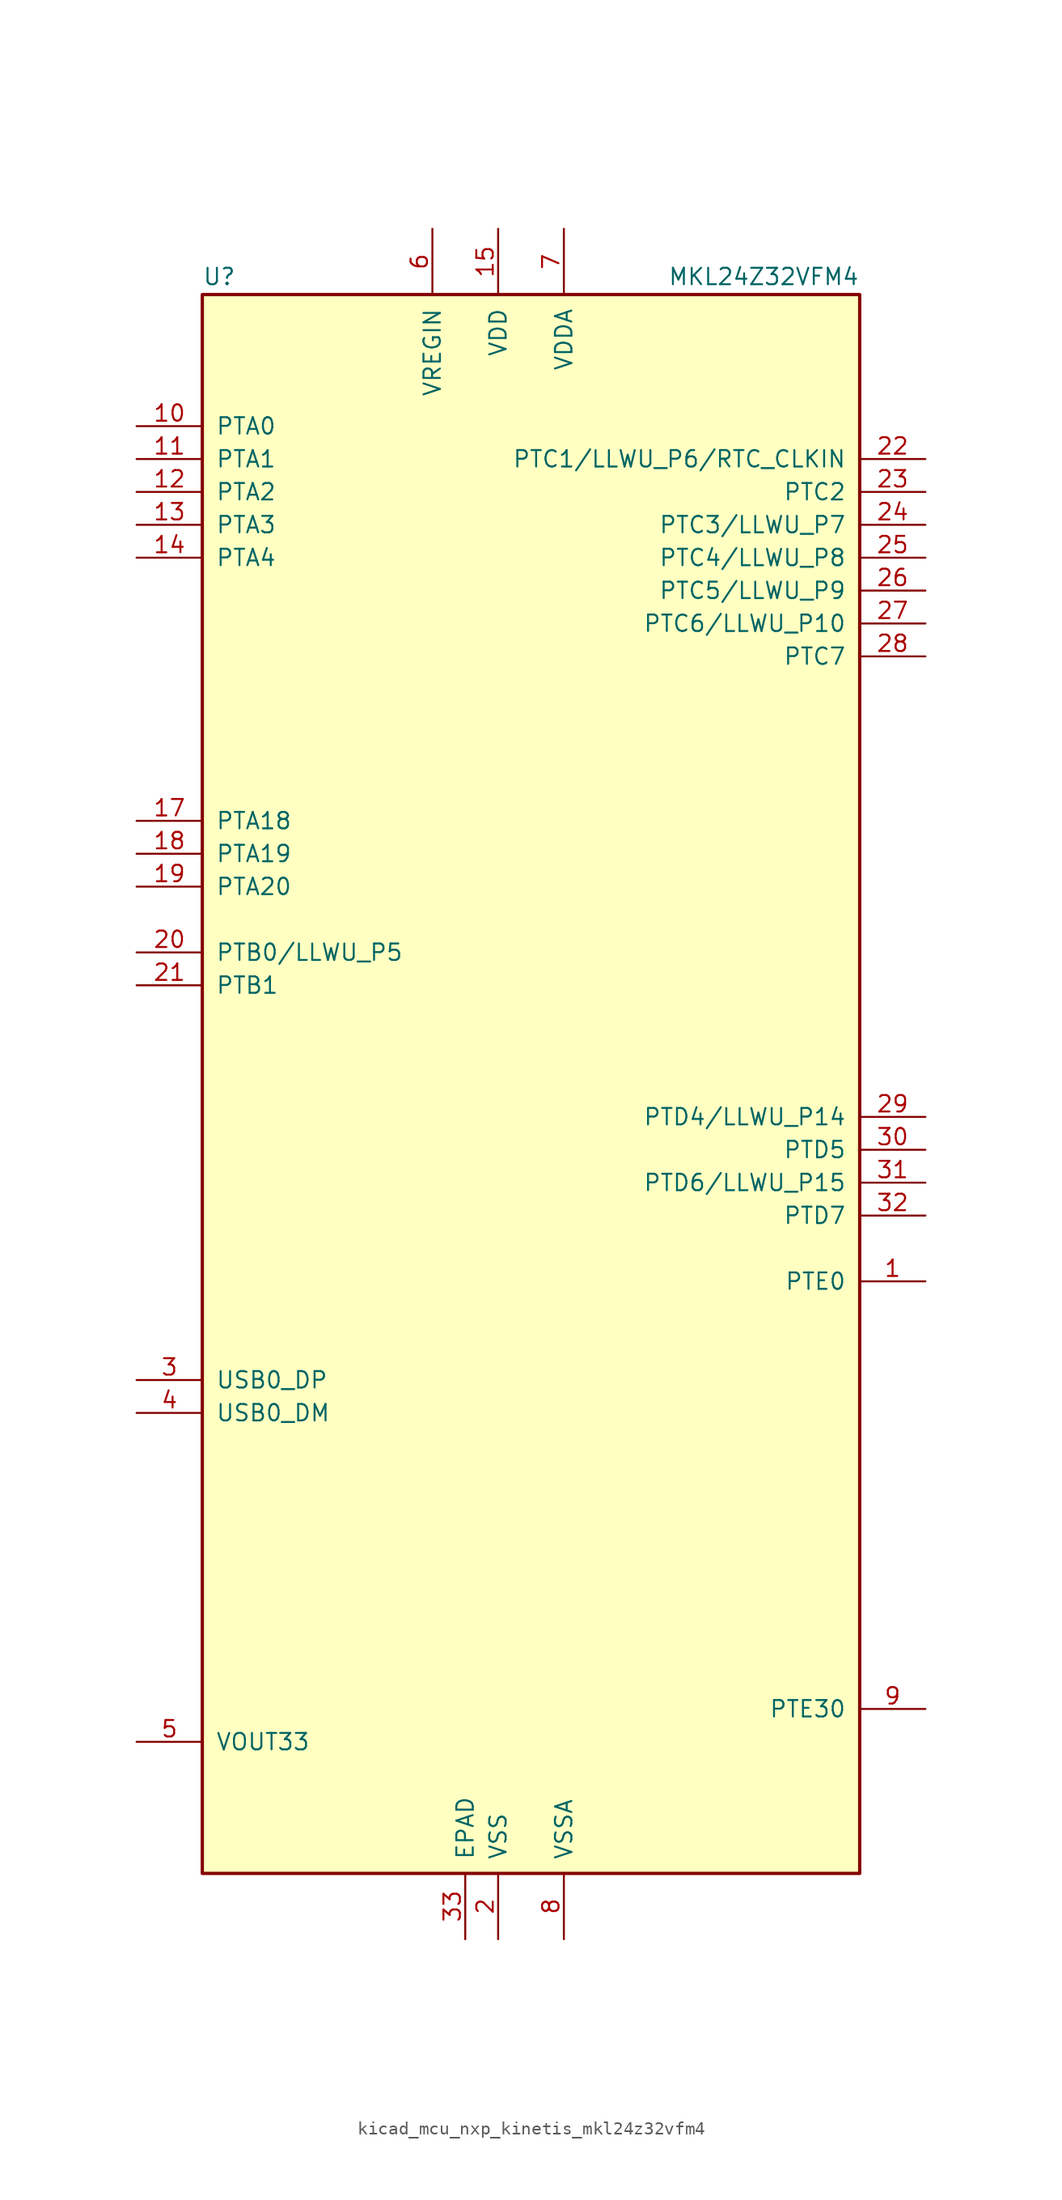
<source format=kicad_sym>
(kicad_symbol_lib
  (version 20220914)
  (generator kicad_symbol_editor)
  (symbol "kicad_mcu_nxp_kinetis_mkl24z32vfm4"
    (pin_names
      (offset 1.016))
    (property "Reference" "U"
      (at -25.4 61.595 0)
      (effects (font (size 1.27 1.27)) (justify left bottom)))
    (property "Value" "MKL24Z32VFM4"
      (at 25.4 61.595 0)
      (effects (font (size 1.27 1.27)) (justify right bottom)))
    (symbol "kicad_mcu_nxp_kinetis_mkl24z32vfm4_0_1"
      (rectangle (start -25.4 60.96) (end 25.4 -60.96) (stroke (width 0.254) (type default)) (fill (type background))))
    (symbol "kicad_mcu_nxp_kinetis_mkl24z32vfm4_1_1"
      (pin bidirectional line (at 30.48 -15.24 180) (length 5.08) (name "PTE0" (effects (font (size 1.27 1.27)))) (number "1" (effects (font (size 1.27 1.27)))))
      (pin bidirectional line (at -30.48 50.8 0) (length 5.08) (name "PTA0" (effects (font (size 1.27 1.27)))) (number "10" (effects (font (size 1.27 1.27)))))
      (pin bidirectional line (at -30.48 48.26 0) (length 5.08) (name "PTA1" (effects (font (size 1.27 1.27)))) (number "11" (effects (font (size 1.27 1.27)))))
      (pin bidirectional line (at -30.48 45.72 0) (length 5.08) (name "PTA2" (effects (font (size 1.27 1.27)))) (number "12" (effects (font (size 1.27 1.27)))))
      (pin bidirectional line (at -30.48 43.18 0) (length 5.08) (name "PTA3" (effects (font (size 1.27 1.27)))) (number "13" (effects (font (size 1.27 1.27)))))
      (pin bidirectional line (at -30.48 40.64 0) (length 5.08) (name "PTA4" (effects (font (size 1.27 1.27)))) (number "14" (effects (font (size 1.27 1.27)))))
      (pin power_in line (at -2.54 66.04 270) (length 5.08) (name "VDD" (effects (font (size 1.27 1.27)))) (number "15" (effects (font (size 1.27 1.27)))))
      (pin passive line (at -2.54 -66.04 90) (length 5.08) hide (name "VSS" (effects (font (size 1.27 1.27)))) (number "16" (effects (font (size 1.27 1.27)))))
      (pin bidirectional line (at -30.48 20.32 0) (length 5.08) (name "PTA18" (effects (font (size 1.27 1.27)))) (number "17" (effects (font (size 1.27 1.27)))))
      (pin bidirectional line (at -30.48 17.78 0) (length 5.08) (name "PTA19" (effects (font (size 1.27 1.27)))) (number "18" (effects (font (size 1.27 1.27)))))
      (pin bidirectional line (at -30.48 15.24 0) (length 5.08) (name "PTA20" (effects (font (size 1.27 1.27)))) (number "19" (effects (font (size 1.27 1.27)))))
      (pin power_in line (at -2.54 -66.04 90) (length 5.08) (name "VSS" (effects (font (size 1.27 1.27)))) (number "2" (effects (font (size 1.27 1.27)))))
      (pin bidirectional line (at -30.48 10.16 0) (length 5.08) (name "PTB0/LLWU_P5" (effects (font (size 1.27 1.27)))) (number "20" (effects (font (size 1.27 1.27)))))
      (pin bidirectional line (at -30.48 7.62 0) (length 5.08) (name "PTB1" (effects (font (size 1.27 1.27)))) (number "21" (effects (font (size 1.27 1.27)))))
      (pin bidirectional line (at 30.48 48.26 180) (length 5.08) (name "PTC1/LLWU_P6/RTC_CLKIN" (effects (font (size 1.27 1.27)))) (number "22" (effects (font (size 1.27 1.27)))))
      (pin bidirectional line (at 30.48 45.72 180) (length 5.08) (name "PTC2" (effects (font (size 1.27 1.27)))) (number "23" (effects (font (size 1.27 1.27)))))
      (pin bidirectional line (at 30.48 43.18 180) (length 5.08) (name "PTC3/LLWU_P7" (effects (font (size 1.27 1.27)))) (number "24" (effects (font (size 1.27 1.27)))))
      (pin bidirectional line (at 30.48 40.64 180) (length 5.08) (name "PTC4/LLWU_P8" (effects (font (size 1.27 1.27)))) (number "25" (effects (font (size 1.27 1.27)))))
      (pin bidirectional line (at 30.48 38.1 180) (length 5.08) (name "PTC5/LLWU_P9" (effects (font (size 1.27 1.27)))) (number "26" (effects (font (size 1.27 1.27)))))
      (pin bidirectional line (at 30.48 35.56 180) (length 5.08) (name "PTC6/LLWU_P10" (effects (font (size 1.27 1.27)))) (number "27" (effects (font (size 1.27 1.27)))))
      (pin bidirectional line (at 30.48 33.02 180) (length 5.08) (name "PTC7" (effects (font (size 1.27 1.27)))) (number "28" (effects (font (size 1.27 1.27)))))
      (pin bidirectional line (at 30.48 -2.54 180) (length 5.08) (name "PTD4/LLWU_P14" (effects (font (size 1.27 1.27)))) (number "29" (effects (font (size 1.27 1.27)))))
      (pin bidirectional line (at -30.48 -22.86 0) (length 5.08) (name "USB0_DP" (effects (font (size 1.27 1.27)))) (number "3" (effects (font (size 1.27 1.27)))))
      (pin bidirectional line (at 30.48 -5.08 180) (length 5.08) (name "PTD5" (effects (font (size 1.27 1.27)))) (number "30" (effects (font (size 1.27 1.27)))))
      (pin bidirectional line (at 30.48 -7.62 180) (length 5.08) (name "PTD6/LLWU_P15" (effects (font (size 1.27 1.27)))) (number "31" (effects (font (size 1.27 1.27)))))
      (pin bidirectional line (at 30.48 -10.16 180) (length 5.08) (name "PTD7" (effects (font (size 1.27 1.27)))) (number "32" (effects (font (size 1.27 1.27)))))
      (pin power_in line (at -5.08 -66.04 90) (length 5.08) (name "EPAD" (effects (font (size 1.27 1.27)))) (number "33" (effects (font (size 1.27 1.27)))))
      (pin bidirectional line (at -30.48 -25.4 0) (length 5.08) (name "USB0_DM" (effects (font (size 1.27 1.27)))) (number "4" (effects (font (size 1.27 1.27)))))
      (pin power_out line (at -30.48 -50.8 0) (length 5.08) (name "VOUT33" (effects (font (size 1.27 1.27)))) (number "5" (effects (font (size 1.27 1.27)))))
      (pin power_in line (at -7.62 66.04 270) (length 5.08) (name "VREGIN" (effects (font (size 1.27 1.27)))) (number "6" (effects (font (size 1.27 1.27)))))
      (pin power_in line (at 2.54 66.04 270) (length 5.08) (name "VDDA" (effects (font (size 1.27 1.27)))) (number "7" (effects (font (size 1.27 1.27)))))
      (pin power_in line (at 2.54 -66.04 90) (length 5.08) (name "VSSA" (effects (font (size 1.27 1.27)))) (number "8" (effects (font (size 1.27 1.27)))))
      (pin bidirectional line (at 30.48 -48.26 180) (length 5.08) (name "PTE30" (effects (font (size 1.27 1.27)))) (number "9" (effects (font (size 1.27 1.27))))))))
</source>
